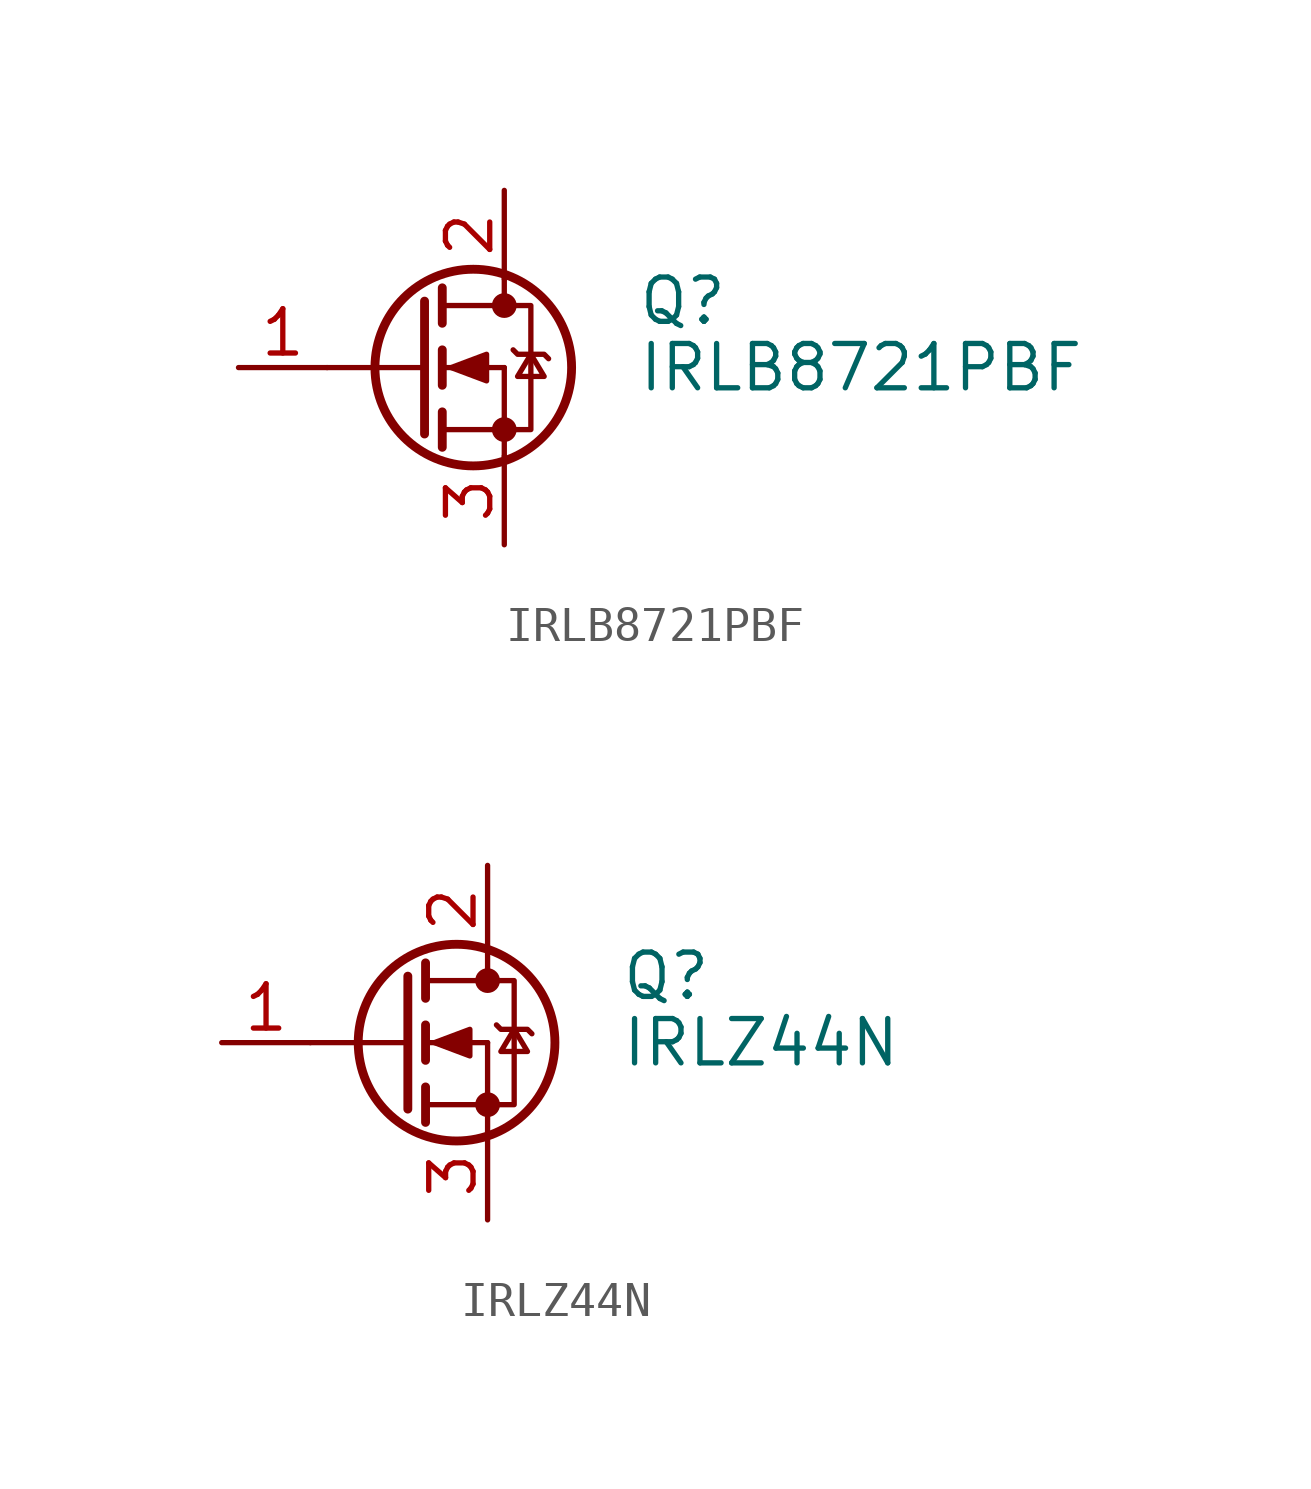
<source format=kicad_sym>
(kicad_symbol_lib
  (version 20220914)
  (generator kicad_symbol_editor)
  (symbol "IRLB8721PBF"
    (pin_names
      (offset 0) hide)
    (property "Reference" "Q"
      (at 6.35 1.905 0)
      (effects (font (size 1.27 1.27)) (justify left)))
    (property "Value" "IRLB8721PBF"
      (at 6.35 0 0)
      (effects (font (size 1.27 1.27)) (justify left)))
    (symbol "IRLB8721PBF_0_1"
      (polyline (pts (xy 0.254 0) (xy -2.54 0)) (stroke (width 0) (type solid)) (fill (type none)))
      (polyline (pts (xy 0.762 -1.778) (xy 2.54 -1.778)) (stroke (width 0) (type solid)) (fill (type none)))
      (polyline (pts (xy 0.762 -1.27) (xy 0.762 -2.286)) (stroke (width 0.254) (type solid)) (fill (type none)))
      (polyline (pts (xy 0.762 0) (xy 2.54 0)) (stroke (width 0) (type solid)) (fill (type none)))
      (polyline (pts (xy 0.762 0.508) (xy 0.762 -0.508)) (stroke (width 0.254) (type solid)) (fill (type none)))
      (polyline (pts (xy 0.762 1.778) (xy 2.54 1.778)) (stroke (width 0) (type solid)) (fill (type none)))
      (polyline (pts (xy 0.762 2.286) (xy 0.762 1.27)) (stroke (width 0.254) (type solid)) (fill (type none)))
      (polyline (pts (xy 2.54 -1.778) (xy 2.54 -2.54)) (stroke (width 0) (type solid)) (fill (type none)))
      (polyline (pts (xy 2.54 -1.778) (xy 2.54 0)) (stroke (width 0) (type solid)) (fill (type none)))
      (polyline (pts (xy 2.54 2.54) (xy 2.54 1.778)) (stroke (width 0) (type solid)) (fill (type none)))
      (polyline (pts (xy 0.254 1.905) (xy 0.254 -1.905) (xy 0.254 -1.905)) (stroke (width 0.254) (type solid)) (fill (type none)))
      (polyline (pts (xy 1.016 0) (xy 2.032 0.381) (xy 2.032 -0.381) (xy 1.016 0)) (stroke (width 0) (type solid)) (fill (type outline)))
      (polyline (pts (xy 2.54 -1.778) (xy 3.302 -1.778) (xy 3.302 1.778) (xy 2.54 1.778)) (stroke (width 0) (type solid)) (fill (type none)))
      (polyline (pts (xy 2.794 0.508) (xy 2.921 0.381) (xy 3.683 0.381) (xy 3.81 0.254)) (stroke (width 0) (type solid)) (fill (type none)))
      (polyline (pts (xy 3.302 0.381) (xy 2.921 -0.254) (xy 3.683 -0.254) (xy 3.302 0.381)) (stroke (width 0) (type solid)) (fill (type none)))
      (circle (center 1.651 0) (radius 2.819) (stroke (width 0.254) (type solid)) (fill (type none)))
      (circle (center 2.54 -1.778) (radius 0.279) (stroke (width 0) (type solid)) (fill (type outline)))
      (circle (center 2.54 1.778) (radius 0.279) (stroke (width 0) (type solid)) (fill (type outline))))
    (symbol "IRLB8721PBF_1_1"
      (pin input line (at -5.08 0 0) (length 2.54) (name "G" (effects (font (size 1.27 1.27)))) (number "1" (effects (font (size 1.27 1.27)))))
      (pin passive line (at 2.54 5.08 270) (length 2.54) (name "D" (effects (font (size 1.27 1.27)))) (number "2" (effects (font (size 1.27 1.27)))))
      (pin passive line (at 2.54 -5.08 90) (length 2.54) (name "S" (effects (font (size 1.27 1.27)))) (number "3" (effects (font (size 1.27 1.27)))))))
  (symbol "IRLZ44N"
    (pin_names
      (offset 0) hide)
    (property "Reference" "Q"
      (at 6.35 1.905 0)
      (effects (font (size 1.27 1.27)) (justify left)))
    (property "Value" "IRLZ44N"
      (at 6.35 0 0)
      (effects (font (size 1.27 1.27)) (justify left)))
    (symbol "IRLZ44N_0_1"
      (polyline (pts (xy 0.254 0) (xy -2.54 0)) (stroke (width 0) (type solid)) (fill (type none)))
      (polyline (pts (xy 0.762 -1.778) (xy 2.54 -1.778)) (stroke (width 0) (type solid)) (fill (type none)))
      (polyline (pts (xy 0.762 -1.27) (xy 0.762 -2.286)) (stroke (width 0.254) (type solid)) (fill (type none)))
      (polyline (pts (xy 0.762 0) (xy 2.54 0)) (stroke (width 0) (type solid)) (fill (type none)))
      (polyline (pts (xy 0.762 0.508) (xy 0.762 -0.508)) (stroke (width 0.254) (type solid)) (fill (type none)))
      (polyline (pts (xy 0.762 1.778) (xy 2.54 1.778)) (stroke (width 0) (type solid)) (fill (type none)))
      (polyline (pts (xy 0.762 2.286) (xy 0.762 1.27)) (stroke (width 0.254) (type solid)) (fill (type none)))
      (polyline (pts (xy 2.54 -1.778) (xy 2.54 -2.54)) (stroke (width 0) (type solid)) (fill (type none)))
      (polyline (pts (xy 2.54 -1.778) (xy 2.54 0)) (stroke (width 0) (type solid)) (fill (type none)))
      (polyline (pts (xy 2.54 2.54) (xy 2.54 1.778)) (stroke (width 0) (type solid)) (fill (type none)))
      (polyline (pts (xy 0.254 1.905) (xy 0.254 -1.905) (xy 0.254 -1.905)) (stroke (width 0.254) (type solid)) (fill (type none)))
      (polyline (pts (xy 1.016 0) (xy 2.032 0.381) (xy 2.032 -0.381) (xy 1.016 0)) (stroke (width 0) (type solid)) (fill (type outline)))
      (polyline (pts (xy 2.54 -1.778) (xy 3.302 -1.778) (xy 3.302 1.778) (xy 2.54 1.778)) (stroke (width 0) (type solid)) (fill (type none)))
      (polyline (pts (xy 2.794 0.508) (xy 2.921 0.381) (xy 3.683 0.381) (xy 3.81 0.254)) (stroke (width 0) (type solid)) (fill (type none)))
      (polyline (pts (xy 3.302 0.381) (xy 2.921 -0.254) (xy 3.683 -0.254) (xy 3.302 0.381)) (stroke (width 0) (type solid)) (fill (type none)))
      (circle (center 1.651 0) (radius 2.819) (stroke (width 0.254) (type solid)) (fill (type none)))
      (circle (center 2.54 -1.778) (radius 0.279) (stroke (width 0) (type solid)) (fill (type outline)))
      (circle (center 2.54 1.778) (radius 0.279) (stroke (width 0) (type solid)) (fill (type outline))))
    (symbol "IRLZ44N_1_1"
      (pin input line (at -5.08 0 0) (length 2.54) (name "G" (effects (font (size 1.27 1.27)))) (number "1" (effects (font (size 1.27 1.27)))))
      (pin passive line (at 2.54 5.08 270) (length 2.54) (name "D" (effects (font (size 1.27 1.27)))) (number "2" (effects (font (size 1.27 1.27)))))
      (pin passive line (at 2.54 -5.08 90) (length 2.54) (name "S" (effects (font (size 1.27 1.27)))) (number "3" (effects (font (size 1.27 1.27))))))))
</source>
